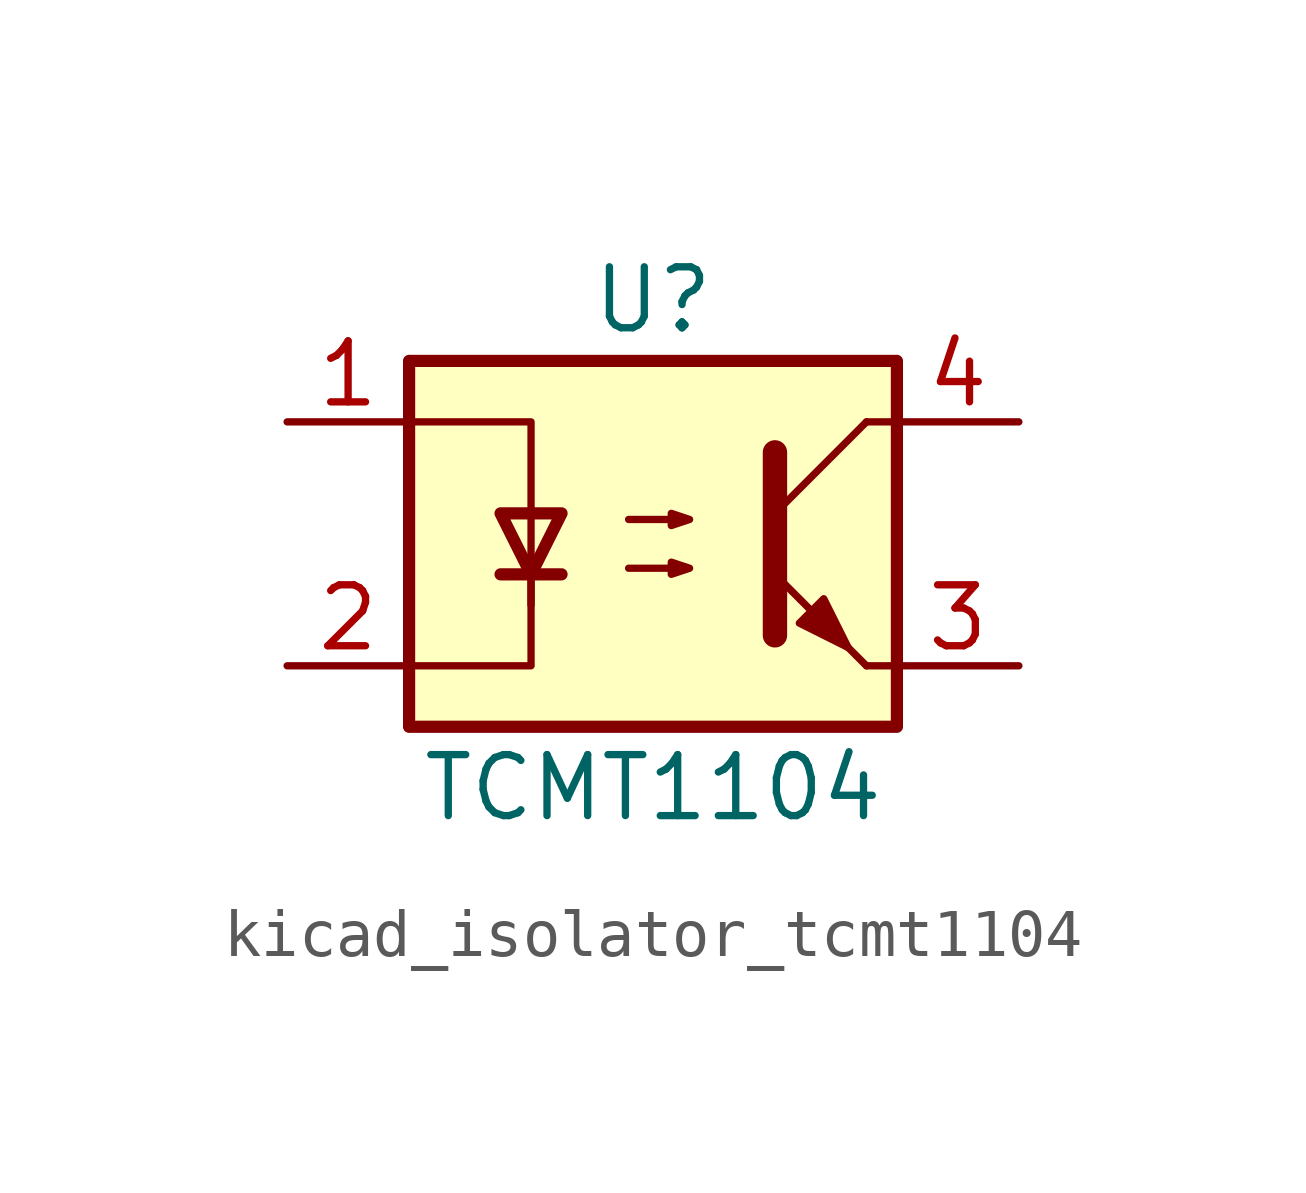
<source format=kicad_sym>
(kicad_symbol_lib
  (version 20220914)
  (generator kicad_symbol_editor)
  (symbol "kicad_isolator_tcmt1104"
    (pin_names
      (offset 1.016))
    (property "Reference" "U"
      (at 0 5.08 0)
      (effects (font (size 1.27 1.27))))
    (property "Value" "TCMT1104"
      (at 0 -5.08 0)
      (effects (font (size 1.27 1.27))))
    (symbol "kicad_isolator_tcmt1104_1_1"
      (rectangle (start -5.08 3.81) (end 5.08 -3.81) (stroke (width 0.254) (type default)) (fill (type background)))
      (polyline (pts (xy -3.175 -0.635) (xy -1.905 -0.635)) (stroke (width 0.254) (type default)) (fill (type none)))
      (polyline (pts (xy 2.54 0.635) (xy 4.445 2.54)) (stroke (width 0) (type default)) (fill (type none)))
      (polyline (pts (xy 4.445 -2.54) (xy 2.54 -0.635)) (stroke (width 0) (type default)) (fill (type outline)))
      (polyline (pts (xy 4.445 -2.54) (xy 5.08 -2.54)) (stroke (width 0) (type default)) (fill (type none)))
      (polyline (pts (xy 4.445 2.54) (xy 5.08 2.54)) (stroke (width 0) (type default)) (fill (type none)))
      (polyline (pts (xy -2.54 -0.635) (xy -2.54 -2.54) (xy -5.08 -2.54)) (stroke (width 0) (type default)) (fill (type none)))
      (polyline (pts (xy 2.54 1.905) (xy 2.54 -1.905) (xy 2.54 -1.905)) (stroke (width 0.508) (type default)) (fill (type none)))
      (polyline (pts (xy -5.08 2.54) (xy -2.54 2.54) (xy -2.54 -1.27) (xy -2.54 0.635)) (stroke (width 0) (type default)) (fill (type none)))
      (polyline (pts (xy -2.54 -0.635) (xy -3.175 0.635) (xy -1.905 0.635) (xy -2.54 -0.635)) (stroke (width 0.254) (type default)) (fill (type none)))
      (polyline (pts (xy -0.508 -0.508) (xy 0.762 -0.508) (xy 0.381 -0.635) (xy 0.381 -0.381) (xy 0.762 -0.508)) (stroke (width 0) (type default)) (fill (type none)))
      (polyline (pts (xy -0.508 0.508) (xy 0.762 0.508) (xy 0.381 0.381) (xy 0.381 0.635) (xy 0.762 0.508)) (stroke (width 0) (type default)) (fill (type none)))
      (polyline (pts (xy 3.048 -1.651) (xy 3.556 -1.143) (xy 4.064 -2.159) (xy 3.048 -1.651) (xy 3.048 -1.651)) (stroke (width 0) (type default)) (fill (type outline)))
      (pin passive line (at -7.62 2.54 0) (length 2.54) (name "~" (effects (font (size 1.27 1.27)))) (number "1" (effects (font (size 1.27 1.27)))))
      (pin passive line (at -7.62 -2.54 0) (length 2.54) (name "~" (effects (font (size 1.27 1.27)))) (number "2" (effects (font (size 1.27 1.27)))))
      (pin passive line (at 7.62 -2.54 180) (length 2.54) (name "~" (effects (font (size 1.27 1.27)))) (number "3" (effects (font (size 1.27 1.27)))))
      (pin passive line (at 7.62 2.54 180) (length 2.54) (name "~" (effects (font (size 1.27 1.27)))) (number "4" (effects (font (size 1.27 1.27))))))))
</source>
